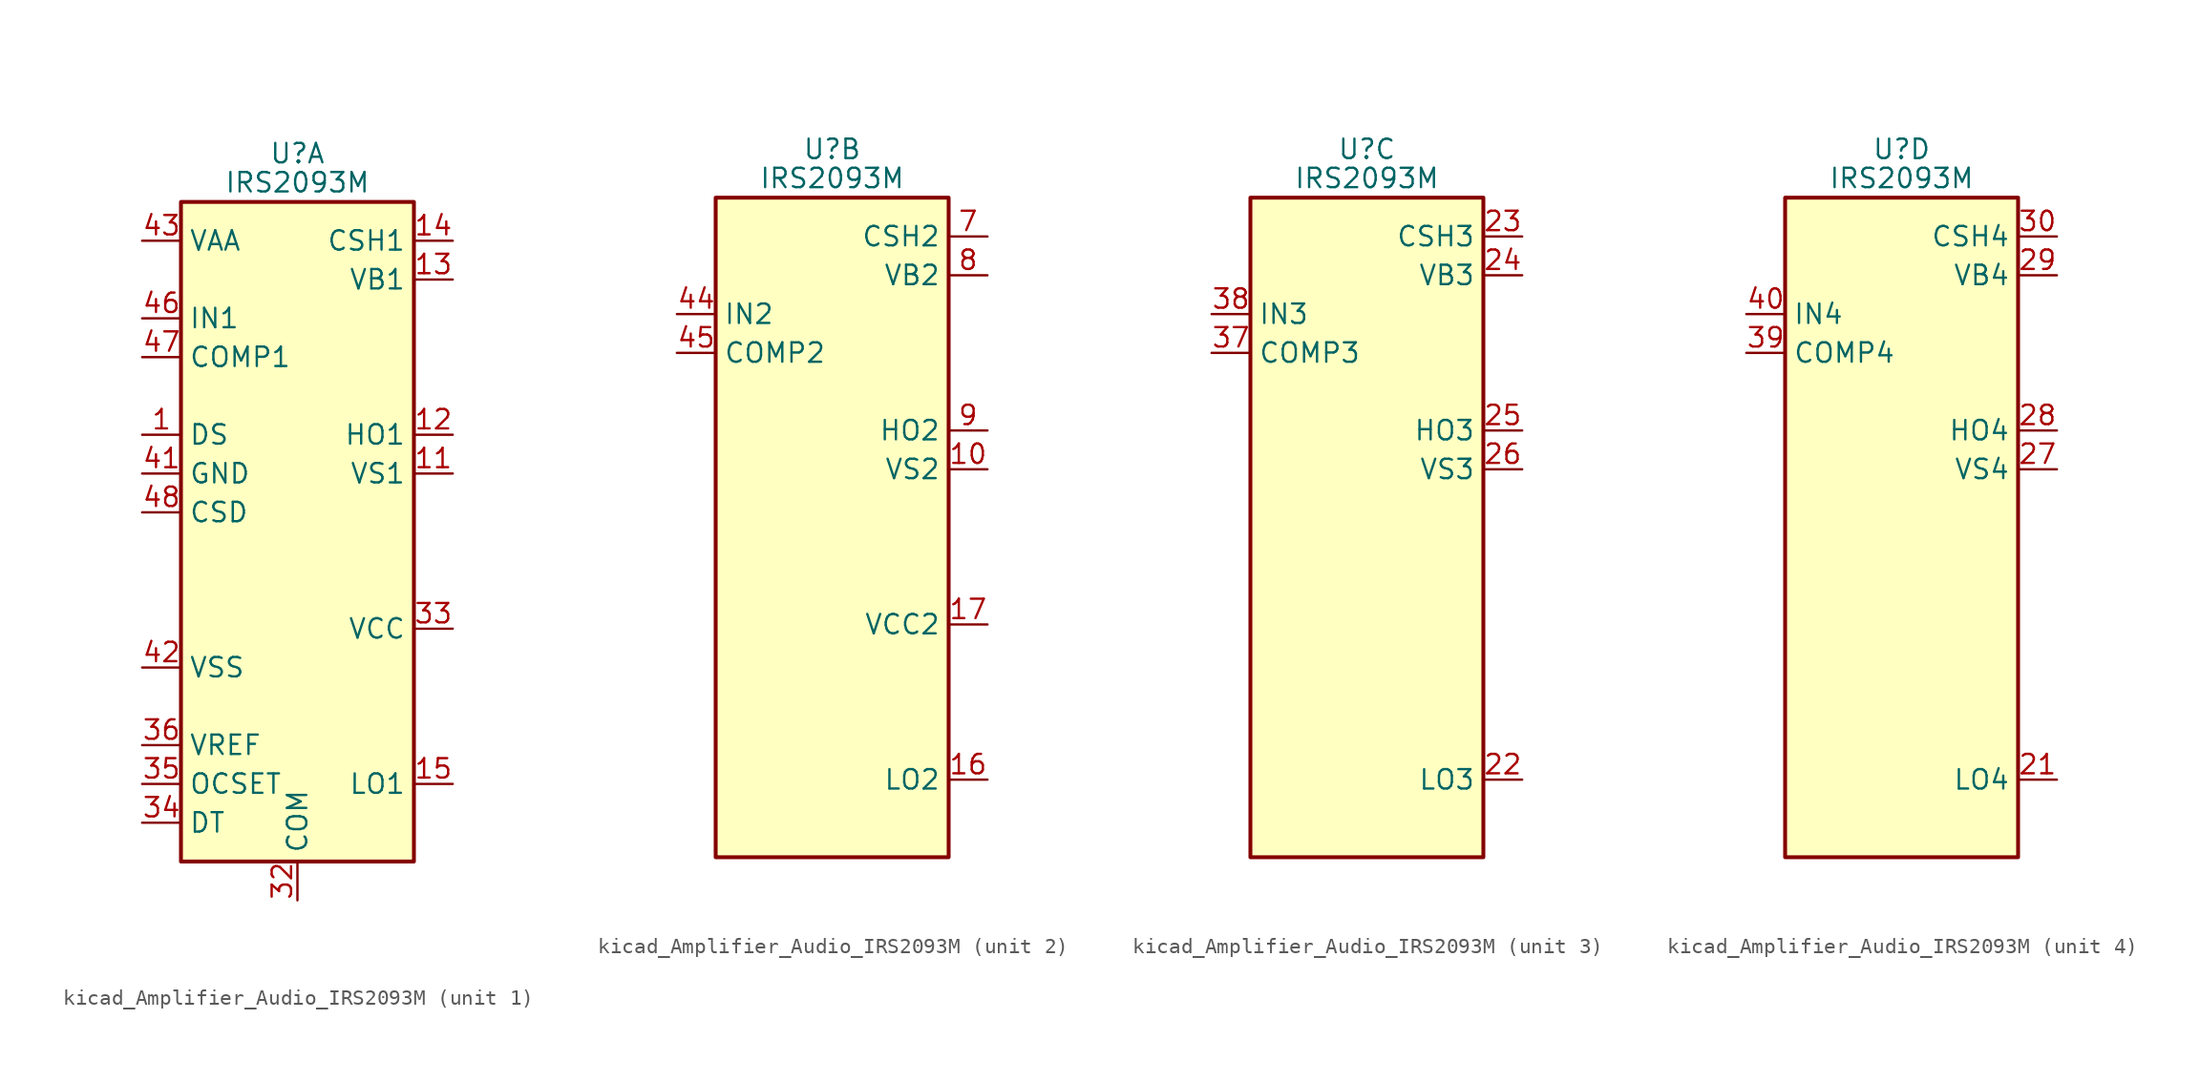
<source format=kicad_sym>
(kicad_symbol_lib
  (version 20220914)
  (generator kicad_symbol_editor)
  (symbol "kicad_Amplifier_Audio_IRS2093M"
    (property "Reference" "U"
      (at 0 26.035 0)
      (effects (font (size 1.27 1.27))))
    (property "Value" "IRS2093M"
      (at 0 24.13 0)
      (effects (font (size 1.27 1.27))))
    (property "ki_locked" ""
      (at 0 0 0)
      (effects (font (size 1.27 1.27))))
    (symbol "kicad_Amplifier_Audio_IRS2093M_0_1"
      (rectangle (start -7.62 -20.32) (end 7.62 22.86) (stroke (width 0.254) (type default)) (fill (type background))))
    (symbol "kicad_Amplifier_Audio_IRS2093M_1_1"
      (pin input line (at -10.16 7.62 0) (length 2.54) (name "DS" (effects (font (size 1.27 1.27)))) (number "1" (effects (font (size 1.27 1.27)))))
      (pin passive line (at 10.16 5.08 180) (length 2.54) (name "VS1" (effects (font (size 1.27 1.27)))) (number "11" (effects (font (size 1.27 1.27)))))
      (pin output line (at 10.16 7.62 180) (length 2.54) (name "HO1" (effects (font (size 1.27 1.27)))) (number "12" (effects (font (size 1.27 1.27)))))
      (pin power_in line (at 10.16 17.78 180) (length 2.54) (name "VB1" (effects (font (size 1.27 1.27)))) (number "13" (effects (font (size 1.27 1.27)))))
      (pin passive line (at 10.16 20.32 180) (length 2.54) (name "CSH1" (effects (font (size 1.27 1.27)))) (number "14" (effects (font (size 1.27 1.27)))))
      (pin output line (at 10.16 -15.24 180) (length 2.54) (name "LO1" (effects (font (size 1.27 1.27)))) (number "15" (effects (font (size 1.27 1.27)))))
      (pin no_connect line (at 7.62 15.24 180) (length 2.54) hide (name "NC" (effects (font (size 1.27 1.27)))) (number "18" (effects (font (size 1.27 1.27)))))
      (pin no_connect line (at 7.62 12.7 180) (length 2.54) hide (name "NC" (effects (font (size 1.27 1.27)))) (number "19" (effects (font (size 1.27 1.27)))))
      (pin no_connect line (at -7.62 17.78 0) (length 2.54) hide (name "NC" (effects (font (size 1.27 1.27)))) (number "2" (effects (font (size 1.27 1.27)))))
      (pin passive line (at 0 -22.86 90) (length 2.54) hide (name "COM" (effects (font (size 1.27 1.27)))) (number "20" (effects (font (size 1.27 1.27)))))
      (pin no_connect line (at -7.62 10.16 0) (length 2.54) hide (name "NC" (effects (font (size 1.27 1.27)))) (number "3" (effects (font (size 1.27 1.27)))))
      (pin no_connect line (at 7.62 10.16 180) (length 2.54) hide (name "NC" (effects (font (size 1.27 1.27)))) (number "31" (effects (font (size 1.27 1.27)))))
      (pin power_in line (at 0 -22.86 90) (length 2.54) (name "COM" (effects (font (size 1.27 1.27)))) (number "32" (effects (font (size 1.27 1.27)))))
      (pin power_in line (at 10.16 -5.08 180) (length 2.54) (name "VCC" (effects (font (size 1.27 1.27)))) (number "33" (effects (font (size 1.27 1.27)))))
      (pin passive line (at -10.16 -17.78 0) (length 2.54) (name "DT" (effects (font (size 1.27 1.27)))) (number "34" (effects (font (size 1.27 1.27)))))
      (pin passive line (at -10.16 -15.24 0) (length 2.54) (name "OCSET" (effects (font (size 1.27 1.27)))) (number "35" (effects (font (size 1.27 1.27)))))
      (pin power_out line (at -10.16 -12.7 0) (length 2.54) (name "VREF" (effects (font (size 1.27 1.27)))) (number "36" (effects (font (size 1.27 1.27)))))
      (pin no_connect line (at -7.62 0 0) (length 2.54) hide (name "NC" (effects (font (size 1.27 1.27)))) (number "4" (effects (font (size 1.27 1.27)))))
      (pin power_in line (at -10.16 5.08 0) (length 2.54) (name "GND" (effects (font (size 1.27 1.27)))) (number "41" (effects (font (size 1.27 1.27)))))
      (pin power_in line (at -10.16 -7.62 0) (length 2.54) (name "VSS" (effects (font (size 1.27 1.27)))) (number "42" (effects (font (size 1.27 1.27)))))
      (pin power_in line (at -10.16 20.32 0) (length 2.54) (name "VAA" (effects (font (size 1.27 1.27)))) (number "43" (effects (font (size 1.27 1.27)))))
      (pin input line (at -10.16 15.24 0) (length 2.54) (name "IN1" (effects (font (size 1.27 1.27)))) (number "46" (effects (font (size 1.27 1.27)))))
      (pin output line (at -10.16 12.7 0) (length 2.54) (name "COMP1" (effects (font (size 1.27 1.27)))) (number "47" (effects (font (size 1.27 1.27)))))
      (pin passive line (at -10.16 2.54 0) (length 2.54) (name "CSD" (effects (font (size 1.27 1.27)))) (number "48" (effects (font (size 1.27 1.27)))))
      (pin passive line (at 0 -22.86 90) (length 2.54) hide (name "COM" (effects (font (size 1.27 1.27)))) (number "49" (effects (font (size 1.27 1.27)))))
      (pin no_connect line (at -7.62 -2.54 0) (length 2.54) hide (name "NC" (effects (font (size 1.27 1.27)))) (number "5" (effects (font (size 1.27 1.27)))))
      (pin no_connect line (at -7.62 -5.08 0) (length 2.54) hide (name "NC" (effects (font (size 1.27 1.27)))) (number "6" (effects (font (size 1.27 1.27))))))
    (symbol "kicad_Amplifier_Audio_IRS2093M_2_1"
      (pin passive line (at 10.16 5.08 180) (length 2.54) (name "VS2" (effects (font (size 1.27 1.27)))) (number "10" (effects (font (size 1.27 1.27)))))
      (pin output line (at 10.16 -15.24 180) (length 2.54) (name "LO2" (effects (font (size 1.27 1.27)))) (number "16" (effects (font (size 1.27 1.27)))))
      (pin power_in line (at 10.16 -5.08 180) (length 2.54) (name "VCC2" (effects (font (size 1.27 1.27)))) (number "17" (effects (font (size 1.27 1.27)))))
      (pin input line (at -10.16 15.24 0) (length 2.54) (name "IN2" (effects (font (size 1.27 1.27)))) (number "44" (effects (font (size 1.27 1.27)))))
      (pin output line (at -10.16 12.7 0) (length 2.54) (name "COMP2" (effects (font (size 1.27 1.27)))) (number "45" (effects (font (size 1.27 1.27)))))
      (pin passive line (at 10.16 20.32 180) (length 2.54) (name "CSH2" (effects (font (size 1.27 1.27)))) (number "7" (effects (font (size 1.27 1.27)))))
      (pin power_in line (at 10.16 17.78 180) (length 2.54) (name "VB2" (effects (font (size 1.27 1.27)))) (number "8" (effects (font (size 1.27 1.27)))))
      (pin output line (at 10.16 7.62 180) (length 2.54) (name "HO2" (effects (font (size 1.27 1.27)))) (number "9" (effects (font (size 1.27 1.27))))))
    (symbol "kicad_Amplifier_Audio_IRS2093M_3_1"
      (pin output line (at 10.16 -15.24 180) (length 2.54) (name "LO3" (effects (font (size 1.27 1.27)))) (number "22" (effects (font (size 1.27 1.27)))))
      (pin passive line (at 10.16 20.32 180) (length 2.54) (name "CSH3" (effects (font (size 1.27 1.27)))) (number "23" (effects (font (size 1.27 1.27)))))
      (pin power_in line (at 10.16 17.78 180) (length 2.54) (name "VB3" (effects (font (size 1.27 1.27)))) (number "24" (effects (font (size 1.27 1.27)))))
      (pin output line (at 10.16 7.62 180) (length 2.54) (name "HO3" (effects (font (size 1.27 1.27)))) (number "25" (effects (font (size 1.27 1.27)))))
      (pin passive line (at 10.16 5.08 180) (length 2.54) (name "VS3" (effects (font (size 1.27 1.27)))) (number "26" (effects (font (size 1.27 1.27)))))
      (pin output line (at -10.16 12.7 0) (length 2.54) (name "COMP3" (effects (font (size 1.27 1.27)))) (number "37" (effects (font (size 1.27 1.27)))))
      (pin input line (at -10.16 15.24 0) (length 2.54) (name "IN3" (effects (font (size 1.27 1.27)))) (number "38" (effects (font (size 1.27 1.27))))))
    (symbol "kicad_Amplifier_Audio_IRS2093M_4_1"
      (pin output line (at 10.16 -15.24 180) (length 2.54) (name "LO4" (effects (font (size 1.27 1.27)))) (number "21" (effects (font (size 1.27 1.27)))))
      (pin passive line (at 10.16 5.08 180) (length 2.54) (name "VS4" (effects (font (size 1.27 1.27)))) (number "27" (effects (font (size 1.27 1.27)))))
      (pin output line (at 10.16 7.62 180) (length 2.54) (name "HO4" (effects (font (size 1.27 1.27)))) (number "28" (effects (font (size 1.27 1.27)))))
      (pin power_in line (at 10.16 17.78 180) (length 2.54) (name "VB4" (effects (font (size 1.27 1.27)))) (number "29" (effects (font (size 1.27 1.27)))))
      (pin passive line (at 10.16 20.32 180) (length 2.54) (name "CSH4" (effects (font (size 1.27 1.27)))) (number "30" (effects (font (size 1.27 1.27)))))
      (pin output line (at -10.16 12.7 0) (length 2.54) (name "COMP4" (effects (font (size 1.27 1.27)))) (number "39" (effects (font (size 1.27 1.27)))))
      (pin input line (at -10.16 15.24 0) (length 2.54) (name "IN4" (effects (font (size 1.27 1.27)))) (number "40" (effects (font (size 1.27 1.27))))))))
</source>
